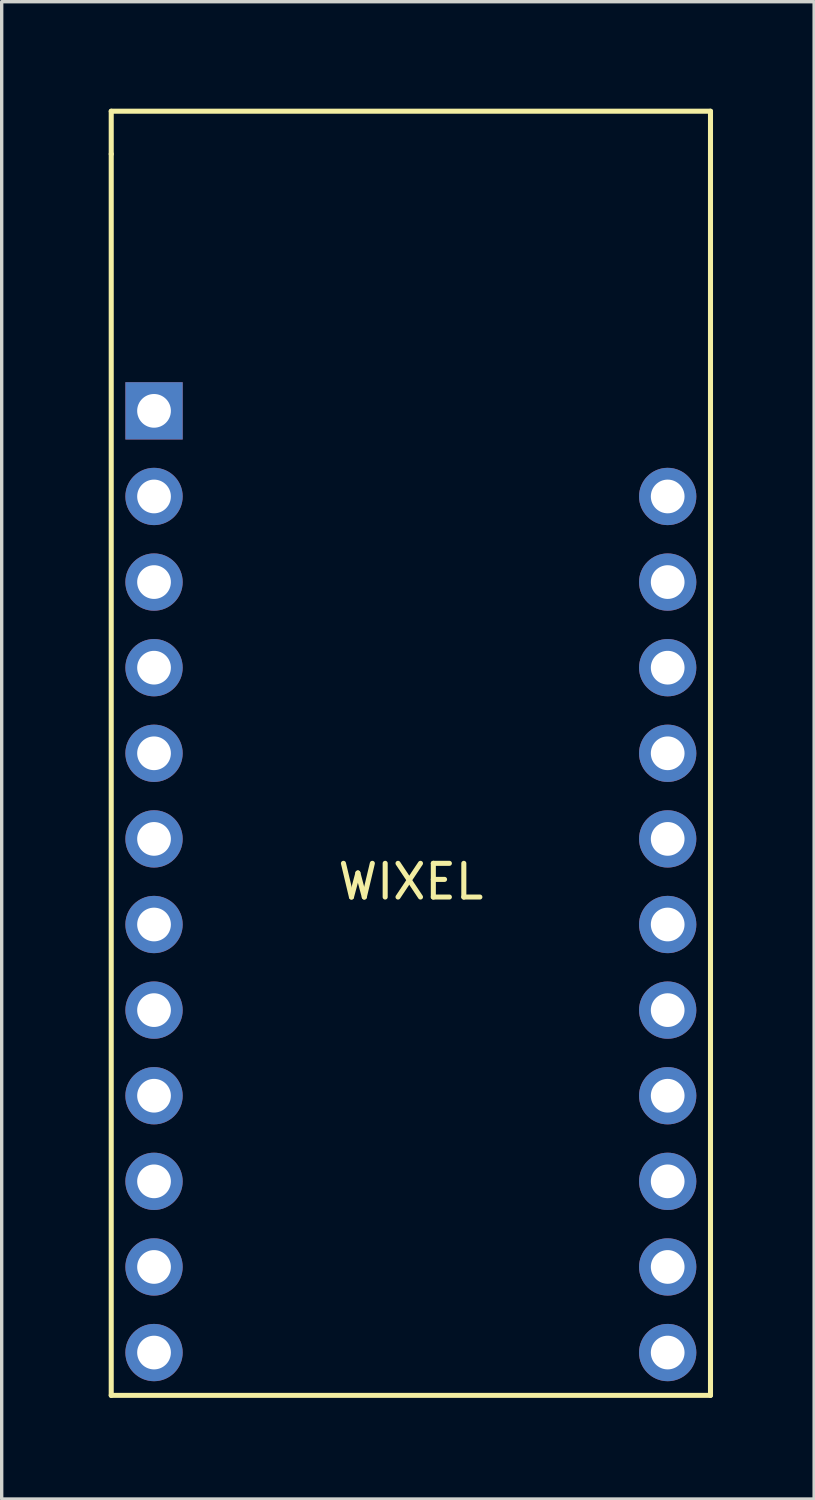
<source format=kicad_pcb>
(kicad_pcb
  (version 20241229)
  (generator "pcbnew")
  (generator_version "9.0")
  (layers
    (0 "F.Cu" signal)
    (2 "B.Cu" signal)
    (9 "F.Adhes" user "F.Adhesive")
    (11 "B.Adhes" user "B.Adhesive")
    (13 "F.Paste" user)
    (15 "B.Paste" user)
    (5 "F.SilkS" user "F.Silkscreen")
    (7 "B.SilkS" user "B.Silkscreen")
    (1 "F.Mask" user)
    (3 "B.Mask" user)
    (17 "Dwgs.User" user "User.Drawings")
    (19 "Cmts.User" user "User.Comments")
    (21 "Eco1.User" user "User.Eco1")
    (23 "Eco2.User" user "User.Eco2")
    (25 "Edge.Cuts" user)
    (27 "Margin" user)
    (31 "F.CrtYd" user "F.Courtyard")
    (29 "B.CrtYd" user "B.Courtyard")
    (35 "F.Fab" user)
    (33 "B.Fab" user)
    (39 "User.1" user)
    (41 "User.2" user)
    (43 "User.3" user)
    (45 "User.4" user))
  (footprint "WIXEL"
    (layer "F.Cu")
    (at 0.25 0.25)
    (property "Reference" "WIXEL" (at 8.89 22.86 0) (layer "F.SilkS") (effects (font (size 1 1) (thickness 0.15))))
    (attr through_hole)
    (fp_line (start 0 0) (end 0 1.27) (stroke (width 0.15) (type solid)) (layer "F.SilkS"))
    (fp_line (start 0 0) (end 17.78 0) (stroke (width 0.15) (type solid)) (layer "F.SilkS"))
    (fp_line (start 0 38.1) (end 0 1.27) (stroke (width 0.15) (type solid)) (layer "F.SilkS"))
    (fp_line (start 17.78 0) (end 17.78 1.27) (stroke (width 0.15) (type solid)) (layer "F.SilkS"))
    (fp_line (start 17.78 1.27) (end 17.78 38.1) (stroke (width 0.15) (type solid)) (layer "F.SilkS"))
    (fp_line (start 17.78 38.1) (end 0 38.1) (stroke (width 0.15) (type solid)) (layer "F.SilkS"))
    (pad "1" thru_hole rect (at 1.27 8.89) (size 1.7 1.7) (drill 1) (layers "*.Cu" "*.Mask"))
    (pad "2" thru_hole circle (at 1.27 11.43) (size 1.7 1.7) (drill 1) (layers "*.Cu" "*.Mask"))
    (pad "3" thru_hole circle (at 1.27 13.97) (size 1.7 1.7) (drill 1) (layers "*.Cu" "*.Mask"))
    (pad "4" thru_hole circle (at 1.27 16.51) (size 1.7 1.7) (drill 1) (layers "*.Cu" "*.Mask"))
    (pad "5" thru_hole circle (at 1.27 19.05) (size 1.7 1.7) (drill 1) (layers "*.Cu" "*.Mask"))
    (pad "6" thru_hole circle (at 1.27 21.59) (size 1.7 1.7) (drill 1) (layers "*.Cu" "*.Mask"))
    (pad "7" thru_hole circle (at 1.27 24.13) (size 1.7 1.7) (drill 1) (layers "*.Cu" "*.Mask"))
    (pad "8" thru_hole circle (at 1.27 26.67) (size 1.7 1.7) (drill 1) (layers "*.Cu" "*.Mask"))
    (pad "9" thru_hole circle (at 1.27 29.21) (size 1.7 1.7) (drill 1) (layers "*.Cu" "*.Mask"))
    (pad "10" thru_hole circle (at 1.27 31.75) (size 1.7 1.7) (drill 1) (layers "*.Cu" "*.Mask"))
    (pad "11" thru_hole circle (at 1.27 34.29) (size 1.7 1.7) (drill 1) (layers "*.Cu" "*.Mask"))
    (pad "12" thru_hole circle (at 1.27 36.83) (size 1.7 1.7) (drill 1) (layers "*.Cu" "*.Mask"))
    (pad "13" thru_hole circle (at 16.51 36.83) (size 1.7 1.7) (drill 1) (layers "*.Cu" "*.Mask"))
    (pad "14" thru_hole circle (at 16.51 34.29) (size 1.7 1.7) (drill 1) (layers "*.Cu" "*.Mask"))
    (pad "15" thru_hole circle (at 16.51 31.75) (size 1.7 1.7) (drill 1) (layers "*.Cu" "*.Mask"))
    (pad "16" thru_hole circle (at 16.51 29.21) (size 1.7 1.7) (drill 1) (layers "*.Cu" "*.Mask"))
    (pad "17" thru_hole circle (at 16.51 26.67) (size 1.7 1.7) (drill 1) (layers "*.Cu" "*.Mask"))
    (pad "18" thru_hole circle (at 16.51 24.13) (size 1.7 1.7) (drill 1) (layers "*.Cu" "*.Mask"))
    (pad "19" thru_hole circle (at 16.51 21.59) (size 1.7 1.7) (drill 1) (layers "*.Cu" "*.Mask"))
    (pad "20" thru_hole circle (at 16.51 19.05) (size 1.7 1.7) (drill 1) (layers "*.Cu" "*.Mask"))
    (pad "21" thru_hole circle (at 16.51 16.51) (size 1.7 1.7) (drill 1) (layers "*.Cu" "*.Mask"))
    (pad "22" thru_hole circle (at 16.51 13.97) (size 1.7 1.7) (drill 1) (layers "*.Cu" "*.Mask"))
    (pad "23" thru_hole circle (at 16.51 11.43) (size 1.7 1.7) (drill 1) (layers "*.Cu" "*.Mask")))
  (gr_rect
    (start -3 -3)
    (end 21.105 41.425)
    (stroke (width 0.1) (type default))
    (fill no)
    (layer "Edge.Cuts")))
</source>
